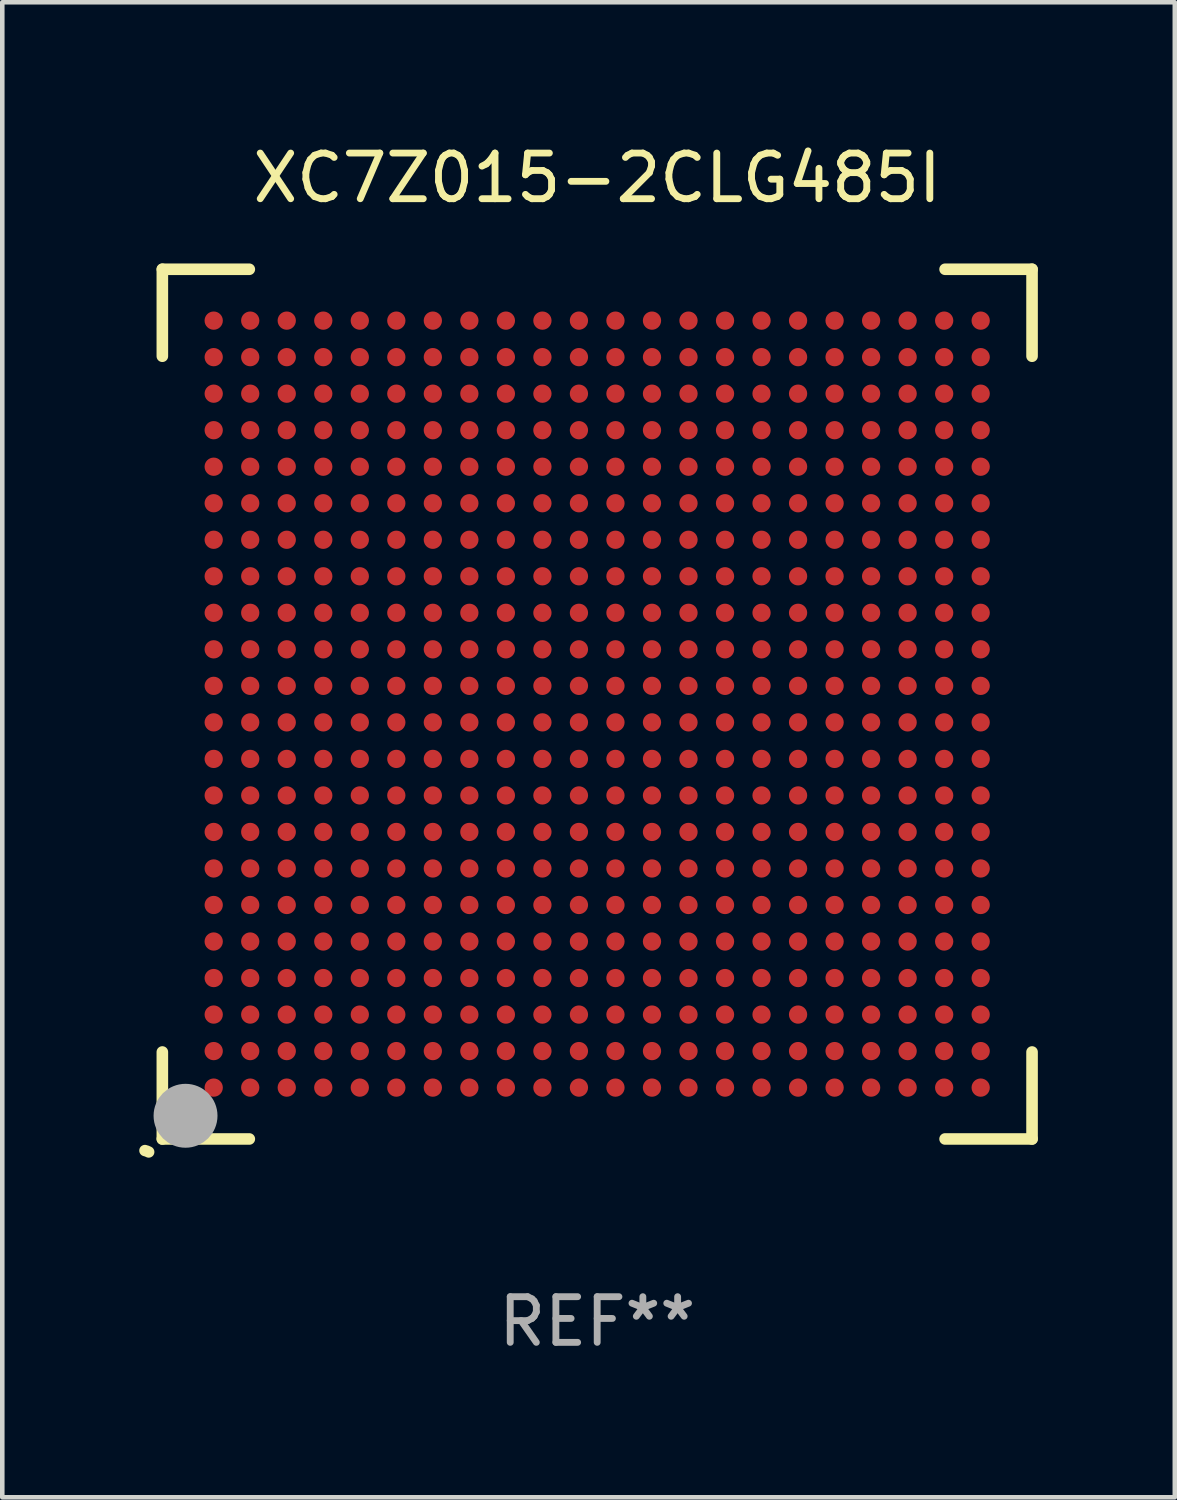
<source format=kicad_pcb>
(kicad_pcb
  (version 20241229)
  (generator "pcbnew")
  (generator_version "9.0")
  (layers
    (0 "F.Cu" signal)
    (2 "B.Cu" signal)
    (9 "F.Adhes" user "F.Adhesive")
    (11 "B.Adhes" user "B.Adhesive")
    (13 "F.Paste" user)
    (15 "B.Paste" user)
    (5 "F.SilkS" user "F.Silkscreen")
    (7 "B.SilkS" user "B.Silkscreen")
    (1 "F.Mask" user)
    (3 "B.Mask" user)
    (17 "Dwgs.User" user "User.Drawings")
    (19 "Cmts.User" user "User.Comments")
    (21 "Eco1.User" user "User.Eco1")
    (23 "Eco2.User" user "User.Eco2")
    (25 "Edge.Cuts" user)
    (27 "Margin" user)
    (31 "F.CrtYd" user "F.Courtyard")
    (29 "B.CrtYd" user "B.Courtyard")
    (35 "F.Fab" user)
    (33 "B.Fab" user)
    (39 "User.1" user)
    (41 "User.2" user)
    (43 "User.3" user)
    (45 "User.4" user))
  (footprint "XC7Z015-2CLG485I"
    (layer "F.Cu")
    (at 10.031 12.373)
    (property "Reference" "XC7Z015-2CLG485I" (at 0 -11.525 0) (layer "F.SilkS") (effects (font (size 1 1) (thickness 0.15))))
    (attr through_hole)
    (fp_line (start -9.525 -9.525) (end -7.62 -9.525) (stroke (width 0.254) (type solid)) (layer "F.SilkS"))
    (fp_line (start -9.525 -7.62) (end -9.525 -9.525) (stroke (width 0.254) (type solid)) (layer "F.SilkS"))
    (fp_line (start -9.525 9.525) (end -9.525 7.62) (stroke (width 0.254) (type solid)) (layer "F.SilkS"))
    (fp_line (start -7.62 9.525) (end -9.525 9.525) (stroke (width 0.254) (type solid)) (layer "F.SilkS"))
    (fp_line (start 7.62 -9.525) (end 9.525 -9.525) (stroke (width 0.254) (type solid)) (layer "F.SilkS"))
    (fp_line (start 9.525 -9.525) (end 9.525 -7.62) (stroke (width 0.254) (type solid)) (layer "F.SilkS"))
    (fp_line (start 9.525 7.62) (end 9.525 9.525) (stroke (width 0.254) (type solid)) (layer "F.SilkS"))
    (fp_line (start 9.525 9.525) (end 7.62 9.525) (stroke (width 0.254) (type solid)) (layer "F.SilkS"))
    (fp_arc (start -9.90602 9.778943) (mid -9.863917 9.791423) (end -9.823978 9.809677) (stroke (width 0.249936) (type solid)) (layer "F.SilkS"))
    (fp_circle (center -9.5 9.5) (end -9.47 9.5) (stroke (width 0.06) (type solid)) (fill no) (layer "F.SilkS"))
    (fp_circle (center -9.017 9.017) (end -8.667 9.017) (stroke (width 0.7) (type solid)) (fill no) (layer "F.Fab"))
    (fp_text user "REF**" (at 0 13.525 0) (layer "F.Fab") (effects (font (size 1 1) (thickness 0.15))))
    (pad "A1" smd circle (at -8.4 8.4) (size 0.4 0.4) (layers "F.Cu" "F.Mask" "F.Paste"))
    (pad "A2" smd circle (at -8.4 7.6) (size 0.4 0.4) (layers "F.Cu" "F.Mask" "F.Paste"))
    (pad "A3" smd circle (at -8.4 6.8) (size 0.4 0.4) (layers "F.Cu" "F.Mask" "F.Paste"))
    (pad "A4" smd circle (at -8.4 6) (size 0.4 0.4) (layers "F.Cu" "F.Mask" "F.Paste"))
    (pad "A5" smd circle (at -8.4 5.2) (size 0.4 0.4) (layers "F.Cu" "F.Mask" "F.Paste"))
    (pad "A6" smd circle (at -8.4 4.4) (size 0.4 0.4) (layers "F.Cu" "F.Mask" "F.Paste"))
    (pad "A7" smd circle (at -8.4 3.6) (size 0.4 0.4) (layers "F.Cu" "F.Mask" "F.Paste"))
    (pad "A8" smd circle (at -8.4 2.8) (size 0.4 0.4) (layers "F.Cu" "F.Mask" "F.Paste"))
    (pad "A9" smd circle (at -8.4 2) (size 0.4 0.4) (layers "F.Cu" "F.Mask" "F.Paste"))
    (pad "A10" smd circle (at -8.4 1.2) (size 0.4 0.4) (layers "F.Cu" "F.Mask" "F.Paste"))
    (pad "A11" smd circle (at -8.4 0.4) (size 0.4 0.4) (layers "F.Cu" "F.Mask" "F.Paste"))
    (pad "A12" smd circle (at -8.4 -0.4) (size 0.4 0.4) (layers "F.Cu" "F.Mask" "F.Paste"))
    (pad "A13" smd circle (at -8.4 -1.2) (size 0.4 0.4) (layers "F.Cu" "F.Mask" "F.Paste"))
    (pad "A14" smd circle (at -8.4 -2) (size 0.4 0.4) (layers "F.Cu" "F.Mask" "F.Paste"))
    (pad "A15" smd circle (at -8.4 -2.8) (size 0.4 0.4) (layers "F.Cu" "F.Mask" "F.Paste"))
    (pad "A16" smd circle (at -8.4 -3.6) (size 0.4 0.4) (layers "F.Cu" "F.Mask" "F.Paste"))
    (pad "A17" smd circle (at -8.4 -4.4) (size 0.4 0.4) (layers "F.Cu" "F.Mask" "F.Paste"))
    (pad "A18" smd circle (at -8.4 -5.2) (size 0.4 0.4) (layers "F.Cu" "F.Mask" "F.Paste"))
    (pad "A19" smd circle (at -8.4 -6) (size 0.4 0.4) (layers "F.Cu" "F.Mask" "F.Paste"))
    (pad "A20" smd circle (at -8.4 -6.8) (size 0.4 0.4) (layers "F.Cu" "F.Mask" "F.Paste"))
    (pad "A21" smd circle (at -8.4 -7.6) (size 0.4 0.4) (layers "F.Cu" "F.Mask" "F.Paste"))
    (pad "A22" smd circle (at -8.4 -8.4) (size 0.4 0.4) (layers "F.Cu" "F.Mask" "F.Paste"))
    (pad "AA1" smd circle (at 7.6 8.4) (size 0.4 0.4) (layers "F.Cu" "F.Mask" "F.Paste"))
    (pad "AA2" smd circle (at 7.6 7.6) (size 0.4 0.4) (layers "F.Cu" "F.Mask" "F.Paste"))
    (pad "AA3" smd circle (at 7.6 6.8) (size 0.4 0.4) (layers "F.Cu" "F.Mask" "F.Paste"))
    (pad "AA4" smd circle (at 7.6 6) (size 0.4 0.4) (layers "F.Cu" "F.Mask" "F.Paste"))
    (pad "AA5" smd circle (at 7.6 5.2) (size 0.4 0.4) (layers "F.Cu" "F.Mask" "F.Paste"))
    (pad "AA6" smd circle (at 7.6 4.4) (size 0.4 0.4) (layers "F.Cu" "F.Mask" "F.Paste"))
    (pad "AA7" smd circle (at 7.6 3.6) (size 0.4 0.4) (layers "F.Cu" "F.Mask" "F.Paste"))
    (pad "AA8" smd circle (at 7.6 2.8) (size 0.4 0.4) (layers "F.Cu" "F.Mask" "F.Paste"))
    (pad "AA9" smd circle (at 7.6 2) (size 0.4 0.4) (layers "F.Cu" "F.Mask" "F.Paste"))
    (pad "AA10" smd circle (at 7.6 1.2) (size 0.4 0.4) (layers "F.Cu" "F.Mask" "F.Paste"))
    (pad "AA11" smd circle (at 7.6 0.4) (size 0.4 0.4) (layers "F.Cu" "F.Mask" "F.Paste"))
    (pad "AA12" smd circle (at 7.6 -0.4) (size 0.4 0.4) (layers "F.Cu" "F.Mask" "F.Paste"))
    (pad "AA13" smd circle (at 7.6 -1.2) (size 0.4 0.4) (layers "F.Cu" "F.Mask" "F.Paste"))
    (pad "AA14" smd circle (at 7.6 -2) (size 0.4 0.4) (layers "F.Cu" "F.Mask" "F.Paste"))
    (pad "AA15" smd circle (at 7.6 -2.8) (size 0.4 0.4) (layers "F.Cu" "F.Mask" "F.Paste"))
    (pad "AA16" smd circle (at 7.6 -3.6) (size 0.4 0.4) (layers "F.Cu" "F.Mask" "F.Paste"))
    (pad "AA17" smd circle (at 7.6 -4.4) (size 0.4 0.4) (layers "F.Cu" "F.Mask" "F.Paste"))
    (pad "AA18" smd circle (at 7.6 -5.2) (size 0.4 0.4) (layers "F.Cu" "F.Mask" "F.Paste"))
    (pad "AA19" smd circle (at 7.6 -6) (size 0.4 0.4) (layers "F.Cu" "F.Mask" "F.Paste"))
    (pad "AA20" smd circle (at 7.6 -6.8) (size 0.4 0.4) (layers "F.Cu" "F.Mask" "F.Paste"))
    (pad "AA21" smd circle (at 7.6 -7.6) (size 0.4 0.4) (layers "F.Cu" "F.Mask" "F.Paste"))
    (pad "AA22" smd circle (at 7.6 -8.4) (size 0.4 0.4) (layers "F.Cu" "F.Mask" "F.Paste"))
    (pad "AB1" smd circle (at 8.4 8.4) (size 0.4 0.4) (layers "F.Cu" "F.Mask" "F.Paste"))
    (pad "AB2" smd circle (at 8.4 7.6) (size 0.4 0.4) (layers "F.Cu" "F.Mask" "F.Paste"))
    (pad "AB3" smd circle (at 8.4 6.8) (size 0.4 0.4) (layers "F.Cu" "F.Mask" "F.Paste"))
    (pad "AB4" smd circle (at 8.4 6) (size 0.4 0.4) (layers "F.Cu" "F.Mask" "F.Paste"))
    (pad "AB5" smd circle (at 8.4 5.2) (size 0.4 0.4) (layers "F.Cu" "F.Mask" "F.Paste"))
    (pad "AB6" smd circle (at 8.4 4.4) (size 0.4 0.4) (layers "F.Cu" "F.Mask" "F.Paste"))
    (pad "AB7" smd circle (at 8.4 3.6) (size 0.4 0.4) (layers "F.Cu" "F.Mask" "F.Paste"))
    (pad "AB8" smd circle (at 8.4 2.8) (size 0.4 0.4) (layers "F.Cu" "F.Mask" "F.Paste"))
    (pad "AB9" smd circle (at 8.4 2) (size 0.4 0.4) (layers "F.Cu" "F.Mask" "F.Paste"))
    (pad "AB10" smd circle (at 8.4 1.2) (size 0.4 0.4) (layers "F.Cu" "F.Mask" "F.Paste"))
    (pad "AB11" smd circle (at 8.4 0.4) (size 0.4 0.4) (layers "F.Cu" "F.Mask" "F.Paste"))
    (pad "AB12" smd circle (at 8.4 -0.4) (size 0.4 0.4) (layers "F.Cu" "F.Mask" "F.Paste"))
    (pad "AB13" smd circle (at 8.4 -1.2) (size 0.4 0.4) (layers "F.Cu" "F.Mask" "F.Paste"))
    (pad "AB14" smd circle (at 8.4 -2) (size 0.4 0.4) (layers "F.Cu" "F.Mask" "F.Paste"))
    (pad "AB15" smd circle (at 8.4 -2.8) (size 0.4 0.4) (layers "F.Cu" "F.Mask" "F.Paste"))
    (pad "AB16" smd circle (at 8.4 -3.6) (size 0.4 0.4) (layers "F.Cu" "F.Mask" "F.Paste"))
    (pad "AB17" smd circle (at 8.4 -4.4) (size 0.4 0.4) (layers "F.Cu" "F.Mask" "F.Paste"))
    (pad "AB18" smd circle (at 8.4 -5.2) (size 0.4 0.4) (layers "F.Cu" "F.Mask" "F.Paste"))
    (pad "AB19" smd circle (at 8.4 -6) (size 0.4 0.4) (layers "F.Cu" "F.Mask" "F.Paste"))
    (pad "AB20" smd circle (at 8.4 -6.8) (size 0.4 0.4) (layers "F.Cu" "F.Mask" "F.Paste"))
    (pad "AB21" smd circle (at 8.4 -7.6) (size 0.4 0.4) (layers "F.Cu" "F.Mask" "F.Paste"))
    (pad "AB22" smd circle (at 8.4 -8.4) (size 0.4 0.4) (layers "F.Cu" "F.Mask" "F.Paste"))
    (pad "B1" smd circle (at -7.6 8.4) (size 0.4 0.4) (layers "F.Cu" "F.Mask" "F.Paste"))
    (pad "B2" smd circle (at -7.6 7.6) (size 0.4 0.4) (layers "F.Cu" "F.Mask" "F.Paste"))
    (pad "B3" smd circle (at -7.6 6.8) (size 0.4 0.4) (layers "F.Cu" "F.Mask" "F.Paste"))
    (pad "B4" smd circle (at -7.6 6) (size 0.4 0.4) (layers "F.Cu" "F.Mask" "F.Paste"))
    (pad "B5" smd circle (at -7.6 5.2) (size 0.4 0.4) (layers "F.Cu" "F.Mask" "F.Paste"))
    (pad "B6" smd circle (at -7.6 4.4) (size 0.4 0.4) (layers "F.Cu" "F.Mask" "F.Paste"))
    (pad "B7" smd circle (at -7.6 3.6) (size 0.4 0.4) (layers "F.Cu" "F.Mask" "F.Paste"))
    (pad "B8" smd circle (at -7.6 2.8) (size 0.4 0.4) (layers "F.Cu" "F.Mask" "F.Paste"))
    (pad "B9" smd circle (at -7.6 2) (size 0.4 0.4) (layers "F.Cu" "F.Mask" "F.Paste"))
    (pad "B10" smd circle (at -7.6 1.2) (size 0.4 0.4) (layers "F.Cu" "F.Mask" "F.Paste"))
    (pad "B11" smd circle (at -7.6 0.4) (size 0.4 0.4) (layers "F.Cu" "F.Mask" "F.Paste"))
    (pad "B12" smd circle (at -7.6 -0.4) (size 0.4 0.4) (layers "F.Cu" "F.Mask" "F.Paste"))
    (pad "B13" smd circle (at -7.6 -1.2) (size 0.4 0.4) (layers "F.Cu" "F.Mask" "F.Paste"))
    (pad "B14" smd circle (at -7.6 -2) (size 0.4 0.4) (layers "F.Cu" "F.Mask" "F.Paste"))
    (pad "B15" smd circle (at -7.6 -2.8) (size 0.4 0.4) (layers "F.Cu" "F.Mask" "F.Paste"))
    (pad "B16" smd circle (at -7.6 -3.6) (size 0.4 0.4) (layers "F.Cu" "F.Mask" "F.Paste"))
    (pad "B17" smd circle (at -7.6 -4.4) (size 0.4 0.4) (layers "F.Cu" "F.Mask" "F.Paste"))
    (pad "B18" smd circle (at -7.6 -5.2) (size 0.4 0.4) (layers "F.Cu" "F.Mask" "F.Paste"))
    (pad "B19" smd circle (at -7.6 -6) (size 0.4 0.4) (layers "F.Cu" "F.Mask" "F.Paste"))
    (pad "B20" smd circle (at -7.6 -6.8) (size 0.4 0.4) (layers "F.Cu" "F.Mask" "F.Paste"))
    (pad "B21" smd circle (at -7.6 -7.6) (size 0.4 0.4) (layers "F.Cu" "F.Mask" "F.Paste"))
    (pad "B22" smd circle (at -7.6 -8.4) (size 0.4 0.4) (layers "F.Cu" "F.Mask" "F.Paste"))
    (pad "C1" smd circle (at -6.8 8.4) (size 0.4 0.4) (layers "F.Cu" "F.Mask" "F.Paste"))
    (pad "C2" smd circle (at -6.8 7.6) (size 0.4 0.4) (layers "F.Cu" "F.Mask" "F.Paste"))
    (pad "C3" smd circle (at -6.8 6.8) (size 0.4 0.4) (layers "F.Cu" "F.Mask" "F.Paste"))
    (pad "C4" smd circle (at -6.8 6) (size 0.4 0.4) (layers "F.Cu" "F.Mask" "F.Paste"))
    (pad "C5" smd circle (at -6.8 5.2) (size 0.4 0.4) (layers "F.Cu" "F.Mask" "F.Paste"))
    (pad "C6" smd circle (at -6.8 4.4) (size 0.4 0.4) (layers "F.Cu" "F.Mask" "F.Paste"))
    (pad "C7" smd circle (at -6.8 3.6) (size 0.4 0.4) (layers "F.Cu" "F.Mask" "F.Paste"))
    (pad "C8" smd circle (at -6.8 2.8) (size 0.4 0.4) (layers "F.Cu" "F.Mask" "F.Paste"))
    (pad "C9" smd circle (at -6.8 2) (size 0.4 0.4) (layers "F.Cu" "F.Mask" "F.Paste"))
    (pad "C10" smd circle (at -6.8 1.2) (size 0.4 0.4) (layers "F.Cu" "F.Mask" "F.Paste"))
    (pad "C11" smd circle (at -6.8 0.4) (size 0.4 0.4) (layers "F.Cu" "F.Mask" "F.Paste"))
    (pad "C12" smd circle (at -6.8 -0.4) (size 0.4 0.4) (layers "F.Cu" "F.Mask" "F.Paste"))
    (pad "C13" smd circle (at -6.8 -1.2) (size 0.4 0.4) (layers "F.Cu" "F.Mask" "F.Paste"))
    (pad "C14" smd circle (at -6.8 -2) (size 0.4 0.4) (layers "F.Cu" "F.Mask" "F.Paste"))
    (pad "C15" smd circle (at -6.8 -2.8) (size 0.4 0.4) (layers "F.Cu" "F.Mask" "F.Paste"))
    (pad "C16" smd circle (at -6.8 -3.6) (size 0.4 0.4) (layers "F.Cu" "F.Mask" "F.Paste"))
    (pad "C17" smd circle (at -6.8 -4.4) (size 0.4 0.4) (layers "F.Cu" "F.Mask" "F.Paste"))
    (pad "C18" smd circle (at -6.8 -5.2) (size 0.4 0.4) (layers "F.Cu" "F.Mask" "F.Paste"))
    (pad "C19" smd circle (at -6.8 -6) (size 0.4 0.4) (layers "F.Cu" "F.Mask" "F.Paste"))
    (pad "C20" smd circle (at -6.8 -6.8) (size 0.4 0.4) (layers "F.Cu" "F.Mask" "F.Paste"))
    (pad "C21" smd circle (at -6.8 -7.6) (size 0.4 0.4) (layers "F.Cu" "F.Mask" "F.Paste"))
    (pad "C22" smd circle (at -6.8 -8.4) (size 0.4 0.4) (layers "F.Cu" "F.Mask" "F.Paste"))
    (pad "D1" smd circle (at -6 8.4) (size 0.4 0.4) (layers "F.Cu" "F.Mask" "F.Paste"))
    (pad "D2" smd circle (at -6 7.6) (size 0.4 0.4) (layers "F.Cu" "F.Mask" "F.Paste"))
    (pad "D3" smd circle (at -6 6.8) (size 0.4 0.4) (layers "F.Cu" "F.Mask" "F.Paste"))
    (pad "D4" smd circle (at -6 6) (size 0.4 0.4) (layers "F.Cu" "F.Mask" "F.Paste"))
    (pad "D5" smd circle (at -6 5.2) (size 0.4 0.4) (layers "F.Cu" "F.Mask" "F.Paste"))
    (pad "D6" smd circle (at -6 4.4) (size 0.4 0.4) (layers "F.Cu" "F.Mask" "F.Paste"))
    (pad "D7" smd circle (at -6 3.6) (size 0.4 0.4) (layers "F.Cu" "F.Mask" "F.Paste"))
    (pad "D8" smd circle (at -6 2.8) (size 0.4 0.4) (layers "F.Cu" "F.Mask" "F.Paste"))
    (pad "D9" smd circle (at -6 2) (size 0.4 0.4) (layers "F.Cu" "F.Mask" "F.Paste"))
    (pad "D10" smd circle (at -6 1.2) (size 0.4 0.4) (layers "F.Cu" "F.Mask" "F.Paste"))
    (pad "D11" smd circle (at -6 0.4) (size 0.4 0.4) (layers "F.Cu" "F.Mask" "F.Paste"))
    (pad "D12" smd circle (at -6 -0.4) (size 0.4 0.4) (layers "F.Cu" "F.Mask" "F.Paste"))
    (pad "D13" smd circle (at -6 -1.2) (size 0.4 0.4) (layers "F.Cu" "F.Mask" "F.Paste"))
    (pad "D14" smd circle (at -6 -2) (size 0.4 0.4) (layers "F.Cu" "F.Mask" "F.Paste"))
    (pad "D15" smd circle (at -6 -2.8) (size 0.4 0.4) (layers "F.Cu" "F.Mask" "F.Paste"))
    (pad "D16" smd circle (at -6 -3.6) (size 0.4 0.4) (layers "F.Cu" "F.Mask" "F.Paste"))
    (pad "D17" smd circle (at -6 -4.4) (size 0.4 0.4) (layers "F.Cu" "F.Mask" "F.Paste"))
    (pad "D18" smd circle (at -6 -5.2) (size 0.4 0.4) (layers "F.Cu" "F.Mask" "F.Paste"))
    (pad "D19" smd circle (at -6 -6) (size 0.4 0.4) (layers "F.Cu" "F.Mask" "F.Paste"))
    (pad "D20" smd circle (at -6 -6.8) (size 0.4 0.4) (layers "F.Cu" "F.Mask" "F.Paste"))
    (pad "D21" smd circle (at -6 -7.6) (size 0.4 0.4) (layers "F.Cu" "F.Mask" "F.Paste"))
    (pad "D22" smd circle (at -6 -8.4) (size 0.4 0.4) (layers "F.Cu" "F.Mask" "F.Paste"))
    (pad "E1" smd circle (at -5.2 8.4) (size 0.4 0.4) (layers "F.Cu" "F.Mask" "F.Paste"))
    (pad "E2" smd circle (at -5.2 7.6) (size 0.4 0.4) (layers "F.Cu" "F.Mask" "F.Paste"))
    (pad "E3" smd circle (at -5.2 6.8) (size 0.4 0.4) (layers "F.Cu" "F.Mask" "F.Paste"))
    (pad "E4" smd circle (at -5.2 6) (size 0.4 0.4) (layers "F.Cu" "F.Mask" "F.Paste"))
    (pad "E5" smd circle (at -5.2 5.2) (size 0.4 0.4) (layers "F.Cu" "F.Mask" "F.Paste"))
    (pad "E6" smd circle (at -5.2 4.4) (size 0.4 0.4) (layers "F.Cu" "F.Mask" "F.Paste"))
    (pad "E7" smd circle (at -5.2 3.6) (size 0.4 0.4) (layers "F.Cu" "F.Mask" "F.Paste"))
    (pad "E8" smd circle (at -5.2 2.8) (size 0.4 0.4) (layers "F.Cu" "F.Mask" "F.Paste"))
    (pad "E9" smd circle (at -5.2 2) (size 0.4 0.4) (layers "F.Cu" "F.Mask" "F.Paste"))
    (pad "E10" smd circle (at -5.2 1.2) (size 0.4 0.4) (layers "F.Cu" "F.Mask" "F.Paste"))
    (pad "E11" smd circle (at -5.2 0.4) (size 0.4 0.4) (layers "F.Cu" "F.Mask" "F.Paste"))
    (pad "E12" smd circle (at -5.2 -0.4) (size 0.4 0.4) (layers "F.Cu" "F.Mask" "F.Paste"))
    (pad "E13" smd circle (at -5.2 -1.2) (size 0.4 0.4) (layers "F.Cu" "F.Mask" "F.Paste"))
    (pad "E14" smd circle (at -5.2 -2) (size 0.4 0.4) (layers "F.Cu" "F.Mask" "F.Paste"))
    (pad "E15" smd circle (at -5.2 -2.8) (size 0.4 0.4) (layers "F.Cu" "F.Mask" "F.Paste"))
    (pad "E16" smd circle (at -5.2 -3.6) (size 0.4 0.4) (layers "F.Cu" "F.Mask" "F.Paste"))
    (pad "E17" smd circle (at -5.2 -4.4) (size 0.4 0.4) (layers "F.Cu" "F.Mask" "F.Paste"))
    (pad "E18" smd circle (at -5.2 -5.2) (size 0.4 0.4) (layers "F.Cu" "F.Mask" "F.Paste"))
    (pad "E19" smd circle (at -5.2 -6) (size 0.4 0.4) (layers "F.Cu" "F.Mask" "F.Paste"))
    (pad "E20" smd circle (at -5.2 -6.8) (size 0.4 0.4) (layers "F.Cu" "F.Mask" "F.Paste"))
    (pad "E21" smd circle (at -5.2 -7.6) (size 0.4 0.4) (layers "F.Cu" "F.Mask" "F.Paste"))
    (pad "E22" smd circle (at -5.2 -8.4) (size 0.4 0.4) (layers "F.Cu" "F.Mask" "F.Paste"))
    (pad "F1" smd circle (at -4.4 8.4) (size 0.4 0.4) (layers "F.Cu" "F.Mask" "F.Paste"))
    (pad "F2" smd circle (at -4.4 7.6) (size 0.4 0.4) (layers "F.Cu" "F.Mask" "F.Paste"))
    (pad "F3" smd circle (at -4.4 6.8) (size 0.4 0.4) (layers "F.Cu" "F.Mask" "F.Paste"))
    (pad "F4" smd circle (at -4.4 6) (size 0.4 0.4) (layers "F.Cu" "F.Mask" "F.Paste"))
    (pad "F5" smd circle (at -4.4 5.2) (size 0.4 0.4) (layers "F.Cu" "F.Mask" "F.Paste"))
    (pad "F6" smd circle (at -4.4 4.4) (size 0.4 0.4) (layers "F.Cu" "F.Mask" "F.Paste"))
    (pad "F7" smd circle (at -4.4 3.6) (size 0.4 0.4) (layers "F.Cu" "F.Mask" "F.Paste"))
    (pad "F8" smd circle (at -4.4 2.8) (size 0.4 0.4) (layers "F.Cu" "F.Mask" "F.Paste"))
    (pad "F9" smd circle (at -4.4 2) (size 0.4 0.4) (layers "F.Cu" "F.Mask" "F.Paste"))
    (pad "F10" smd circle (at -4.4 1.2) (size 0.4 0.4) (layers "F.Cu" "F.Mask" "F.Paste"))
    (pad "F11" smd circle (at -4.4 0.4) (size 0.4 0.4) (layers "F.Cu" "F.Mask" "F.Paste"))
    (pad "F12" smd circle (at -4.4 -0.4) (size 0.4 0.4) (layers "F.Cu" "F.Mask" "F.Paste"))
    (pad "F13" smd circle (at -4.4 -1.2) (size 0.4 0.4) (layers "F.Cu" "F.Mask" "F.Paste"))
    (pad "F14" smd circle (at -4.4 -2) (size 0.4 0.4) (layers "F.Cu" "F.Mask" "F.Paste"))
    (pad "F15" smd circle (at -4.4 -2.8) (size 0.4 0.4) (layers "F.Cu" "F.Mask" "F.Paste"))
    (pad "F16" smd circle (at -4.4 -3.6) (size 0.4 0.4) (layers "F.Cu" "F.Mask" "F.Paste"))
    (pad "F17" smd circle (at -4.4 -4.4) (size 0.4 0.4) (layers "F.Cu" "F.Mask" "F.Paste"))
    (pad "F18" smd circle (at -4.4 -5.2) (size 0.4 0.4) (layers "F.Cu" "F.Mask" "F.Paste"))
    (pad "F19" smd circle (at -4.4 -6) (size 0.4 0.4) (layers "F.Cu" "F.Mask" "F.Paste"))
    (pad "F20" smd circle (at -4.4 -6.8) (size 0.4 0.4) (layers "F.Cu" "F.Mask" "F.Paste"))
    (pad "F21" smd circle (at -4.4 -7.6) (size 0.4 0.4) (layers "F.Cu" "F.Mask" "F.Paste"))
    (pad "F22" smd circle (at -4.4 -8.4) (size 0.4 0.4) (layers "F.Cu" "F.Mask" "F.Paste"))
    (pad "G1" smd circle (at -3.6 8.4) (size 0.4 0.4) (layers "F.Cu" "F.Mask" "F.Paste"))
    (pad "G2" smd circle (at -3.6 7.6) (size 0.4 0.4) (layers "F.Cu" "F.Mask" "F.Paste"))
    (pad "G3" smd circle (at -3.6 6.8) (size 0.4 0.4) (layers "F.Cu" "F.Mask" "F.Paste"))
    (pad "G4" smd circle (at -3.6 6) (size 0.4 0.4) (layers "F.Cu" "F.Mask" "F.Paste"))
    (pad "G5" smd circle (at -3.6 5.2) (size 0.4 0.4) (layers "F.Cu" "F.Mask" "F.Paste"))
    (pad "G6" smd circle (at -3.6 4.4) (size 0.4 0.4) (layers "F.Cu" "F.Mask" "F.Paste"))
    (pad "G7" smd circle (at -3.6 3.6) (size 0.4 0.4) (layers "F.Cu" "F.Mask" "F.Paste"))
    (pad "G8" smd circle (at -3.6 2.8) (size 0.4 0.4) (layers "F.Cu" "F.Mask" "F.Paste"))
    (pad "G9" smd circle (at -3.6 2) (size 0.4 0.4) (layers "F.Cu" "F.Mask" "F.Paste"))
    (pad "G10" smd circle (at -3.6 1.2) (size 0.4 0.4) (layers "F.Cu" "F.Mask" "F.Paste"))
    (pad "G11" smd circle (at -3.6 0.4) (size 0.4 0.4) (layers "F.Cu" "F.Mask" "F.Paste"))
    (pad "G12" smd circle (at -3.6 -0.4) (size 0.4 0.4) (layers "F.Cu" "F.Mask" "F.Paste"))
    (pad "G13" smd circle (at -3.6 -1.2) (size 0.4 0.4) (layers "F.Cu" "F.Mask" "F.Paste"))
    (pad "G14" smd circle (at -3.6 -2) (size 0.4 0.4) (layers "F.Cu" "F.Mask" "F.Paste"))
    (pad "G15" smd circle (at -3.6 -2.8) (size 0.4 0.4) (layers "F.Cu" "F.Mask" "F.Paste"))
    (pad "G16" smd circle (at -3.6 -3.6) (size 0.4 0.4) (layers "F.Cu" "F.Mask" "F.Paste"))
    (pad "G17" smd circle (at -3.6 -4.4) (size 0.4 0.4) (layers "F.Cu" "F.Mask" "F.Paste"))
    (pad "G18" smd circle (at -3.6 -5.2) (size 0.4 0.4) (layers "F.Cu" "F.Mask" "F.Paste"))
    (pad "G19" smd circle (at -3.6 -6) (size 0.4 0.4) (layers "F.Cu" "F.Mask" "F.Paste"))
    (pad "G20" smd circle (at -3.6 -6.8) (size 0.4 0.4) (layers "F.Cu" "F.Mask" "F.Paste"))
    (pad "G21" smd circle (at -3.6 -7.6) (size 0.4 0.4) (layers "F.Cu" "F.Mask" "F.Paste"))
    (pad "G22" smd circle (at -3.6 -8.4) (size 0.4 0.4) (layers "F.Cu" "F.Mask" "F.Paste"))
    (pad "H1" smd circle (at -2.8 8.4) (size 0.4 0.4) (layers "F.Cu" "F.Mask" "F.Paste"))
    (pad "H2" smd circle (at -2.8 7.6) (size 0.4 0.4) (layers "F.Cu" "F.Mask" "F.Paste"))
    (pad "H3" smd circle (at -2.8 6.8) (size 0.4 0.4) (layers "F.Cu" "F.Mask" "F.Paste"))
    (pad "H4" smd circle (at -2.8 6) (size 0.4 0.4) (layers "F.Cu" "F.Mask" "F.Paste"))
    (pad "H5" smd circle (at -2.8 5.2) (size 0.4 0.4) (layers "F.Cu" "F.Mask" "F.Paste"))
    (pad "H6" smd circle (at -2.8 4.4) (size 0.4 0.4) (layers "F.Cu" "F.Mask" "F.Paste"))
    (pad "H7" smd circle (at -2.8 3.6) (size 0.4 0.4) (layers "F.Cu" "F.Mask" "F.Paste"))
    (pad "H8" smd circle (at -2.8 2.8) (size 0.4 0.4) (layers "F.Cu" "F.Mask" "F.Paste"))
    (pad "H9" smd circle (at -2.8 2) (size 0.4 0.4) (layers "F.Cu" "F.Mask" "F.Paste"))
    (pad "H10" smd circle (at -2.8 1.2) (size 0.4 0.4) (layers "F.Cu" "F.Mask" "F.Paste"))
    (pad "H11" smd circle (at -2.8 0.4) (size 0.4 0.4) (layers "F.Cu" "F.Mask" "F.Paste"))
    (pad "H12" smd circle (at -2.8 -0.4) (size 0.4 0.4) (layers "F.Cu" "F.Mask" "F.Paste"))
    (pad "H13" smd circle (at -2.8 -1.2) (size 0.4 0.4) (layers "F.Cu" "F.Mask" "F.Paste"))
    (pad "H14" smd circle (at -2.8 -2) (size 0.4 0.4) (layers "F.Cu" "F.Mask" "F.Paste"))
    (pad "H15" smd circle (at -2.8 -2.8) (size 0.4 0.4) (layers "F.Cu" "F.Mask" "F.Paste"))
    (pad "H16" smd circle (at -2.8 -3.6) (size 0.4 0.4) (layers "F.Cu" "F.Mask" "F.Paste"))
    (pad "H17" smd circle (at -2.8 -4.4) (size 0.4 0.4) (layers "F.Cu" "F.Mask" "F.Paste"))
    (pad "H18" smd circle (at -2.8 -5.2) (size 0.4 0.4) (layers "F.Cu" "F.Mask" "F.Paste"))
    (pad "H19" smd circle (at -2.8 -6) (size 0.4 0.4) (layers "F.Cu" "F.Mask" "F.Paste"))
    (pad "H20" smd circle (at -2.8 -6.8) (size 0.4 0.4) (layers "F.Cu" "F.Mask" "F.Paste"))
    (pad "H21" smd circle (at -2.8 -7.6) (size 0.4 0.4) (layers "F.Cu" "F.Mask" "F.Paste"))
    (pad "H22" smd circle (at -2.8 -8.4) (size 0.4 0.4) (layers "F.Cu" "F.Mask" "F.Paste"))
    (pad "J1" smd circle (at -2 8.4) (size 0.4 0.4) (layers "F.Cu" "F.Mask" "F.Paste"))
    (pad "J2" smd circle (at -2 7.6) (size 0.4 0.4) (layers "F.Cu" "F.Mask" "F.Paste"))
    (pad "J3" smd circle (at -2 6.8) (size 0.4 0.4) (layers "F.Cu" "F.Mask" "F.Paste"))
    (pad "J4" smd circle (at -2 6) (size 0.4 0.4) (layers "F.Cu" "F.Mask" "F.Paste"))
    (pad "J5" smd circle (at -2 5.2) (size 0.4 0.4) (layers "F.Cu" "F.Mask" "F.Paste"))
    (pad "J6" smd circle (at -2 4.4) (size 0.4 0.4) (layers "F.Cu" "F.Mask" "F.Paste"))
    (pad "J7" smd circle (at -2 3.6) (size 0.4 0.4) (layers "F.Cu" "F.Mask" "F.Paste"))
    (pad "J8" smd circle (at -2 2.8) (size 0.4 0.4) (layers "F.Cu" "F.Mask" "F.Paste"))
    (pad "J9" smd circle (at -2 2) (size 0.4 0.4) (layers "F.Cu" "F.Mask" "F.Paste"))
    (pad "J10" smd circle (at -2 1.2) (size 0.4 0.4) (layers "F.Cu" "F.Mask" "F.Paste"))
    (pad "J11" smd circle (at -2 0.4) (size 0.4 0.4) (layers "F.Cu" "F.Mask" "F.Paste"))
    (pad "J12" smd circle (at -2 -0.4) (size 0.4 0.4) (layers "F.Cu" "F.Mask" "F.Paste"))
    (pad "J13" smd circle (at -2 -1.2) (size 0.4 0.4) (layers "F.Cu" "F.Mask" "F.Paste"))
    (pad "J14" smd circle (at -2 -2) (size 0.4 0.4) (layers "F.Cu" "F.Mask" "F.Paste"))
    (pad "J15" smd circle (at -2 -2.8) (size 0.4 0.4) (layers "F.Cu" "F.Mask" "F.Paste"))
    (pad "J16" smd circle (at -2 -3.6) (size 0.4 0.4) (layers "F.Cu" "F.Mask" "F.Paste"))
    (pad "J17" smd circle (at -2 -4.4) (size 0.4 0.4) (layers "F.Cu" "F.Mask" "F.Paste"))
    (pad "J18" smd circle (at -2 -5.2) (size 0.4 0.4) (layers "F.Cu" "F.Mask" "F.Paste"))
    (pad "J19" smd circle (at -2 -6) (size 0.4 0.4) (layers "F.Cu" "F.Mask" "F.Paste"))
    (pad "J20" smd circle (at -2 -6.8) (size 0.4 0.4) (layers "F.Cu" "F.Mask" "F.Paste"))
    (pad "J21" smd circle (at -2 -7.6) (size 0.4 0.4) (layers "F.Cu" "F.Mask" "F.Paste"))
    (pad "J22" smd circle (at -2 -8.4) (size 0.4 0.4) (layers "F.Cu" "F.Mask" "F.Paste"))
    (pad "K1" smd circle (at -1.2 8.4) (size 0.4 0.4) (layers "F.Cu" "F.Mask" "F.Paste"))
    (pad "K2" smd circle (at -1.2 7.6) (size 0.4 0.4) (layers "F.Cu" "F.Mask" "F.Paste"))
    (pad "K3" smd circle (at -1.2 6.8) (size 0.4 0.4) (layers "F.Cu" "F.Mask" "F.Paste"))
    (pad "K4" smd circle (at -1.2 6) (size 0.4 0.4) (layers "F.Cu" "F.Mask" "F.Paste"))
    (pad "K5" smd circle (at -1.2 5.2) (size 0.4 0.4) (layers "F.Cu" "F.Mask" "F.Paste"))
    (pad "K6" smd circle (at -1.2 4.4) (size 0.4 0.4) (layers "F.Cu" "F.Mask" "F.Paste"))
    (pad "K7" smd circle (at -1.2 3.6) (size 0.4 0.4) (layers "F.Cu" "F.Mask" "F.Paste"))
    (pad "K8" smd circle (at -1.2 2.8) (size 0.4 0.4) (layers "F.Cu" "F.Mask" "F.Paste"))
    (pad "K9" smd circle (at -1.2 2) (size 0.4 0.4) (layers "F.Cu" "F.Mask" "F.Paste"))
    (pad "K10" smd circle (at -1.2 1.2) (size 0.4 0.4) (layers "F.Cu" "F.Mask" "F.Paste"))
    (pad "K11" smd circle (at -1.2 0.4) (size 0.4 0.4) (layers "F.Cu" "F.Mask" "F.Paste"))
    (pad "K12" smd circle (at -1.2 -0.4) (size 0.4 0.4) (layers "F.Cu" "F.Mask" "F.Paste"))
    (pad "K13" smd circle (at -1.2 -1.2) (size 0.4 0.4) (layers "F.Cu" "F.Mask" "F.Paste"))
    (pad "K14" smd circle (at -1.2 -2) (size 0.4 0.4) (layers "F.Cu" "F.Mask" "F.Paste"))
    (pad "K15" smd circle (at -1.2 -2.8) (size 0.4 0.4) (layers "F.Cu" "F.Mask" "F.Paste"))
    (pad "K16" smd circle (at -1.2 -3.6) (size 0.4 0.4) (layers "F.Cu" "F.Mask" "F.Paste"))
    (pad "K17" smd circle (at -1.2 -4.4) (size 0.4 0.4) (layers "F.Cu" "F.Mask" "F.Paste"))
    (pad "K18" smd circle (at -1.2 -5.2) (size 0.4 0.4) (layers "F.Cu" "F.Mask" "F.Paste"))
    (pad "K19" smd circle (at -1.2 -6) (size 0.4 0.4) (layers "F.Cu" "F.Mask" "F.Paste"))
    (pad "K20" smd circle (at -1.2 -6.8) (size 0.4 0.4) (layers "F.Cu" "F.Mask" "F.Paste"))
    (pad "K21" smd circle (at -1.2 -7.6) (size 0.4 0.4) (layers "F.Cu" "F.Mask" "F.Paste"))
    (pad "K22" smd circle (at -1.2 -8.4) (size 0.4 0.4) (layers "F.Cu" "F.Mask" "F.Paste"))
    (pad "L1" smd circle (at -0.4 8.4) (size 0.4 0.4) (layers "F.Cu" "F.Mask" "F.Paste"))
    (pad "L2" smd circle (at -0.4 7.6) (size 0.4 0.4) (layers "F.Cu" "F.Mask" "F.Paste"))
    (pad "L3" smd circle (at -0.4 6.8) (size 0.4 0.4) (layers "F.Cu" "F.Mask" "F.Paste"))
    (pad "L4" smd circle (at -0.4 6) (size 0.4 0.4) (layers "F.Cu" "F.Mask" "F.Paste"))
    (pad "L5" smd circle (at -0.4 5.2) (size 0.4 0.4) (layers "F.Cu" "F.Mask" "F.Paste"))
    (pad "L6" smd circle (at -0.4 4.4) (size 0.4 0.4) (layers "F.Cu" "F.Mask" "F.Paste"))
    (pad "L7" smd circle (at -0.4 3.6) (size 0.4 0.4) (layers "F.Cu" "F.Mask" "F.Paste"))
    (pad "L8" smd circle (at -0.4 2.8) (size 0.4 0.4) (layers "F.Cu" "F.Mask" "F.Paste"))
    (pad "L9" smd circle (at -0.4 2) (size 0.4 0.4) (layers "F.Cu" "F.Mask" "F.Paste"))
    (pad "L10" smd circle (at -0.4 1.2) (size 0.4 0.4) (layers "F.Cu" "F.Mask" "F.Paste"))
    (pad "L11" smd circle (at -0.4 0.4) (size 0.4 0.4) (layers "F.Cu" "F.Mask" "F.Paste"))
    (pad "L12" smd circle (at -0.4 -0.4) (size 0.4 0.4) (layers "F.Cu" "F.Mask" "F.Paste"))
    (pad "L13" smd circle (at -0.4 -1.2) (size 0.4 0.4) (layers "F.Cu" "F.Mask" "F.Paste"))
    (pad "L14" smd circle (at -0.4 -2) (size 0.4 0.4) (layers "F.Cu" "F.Mask" "F.Paste"))
    (pad "L15" smd circle (at -0.4 -2.8) (size 0.4 0.4) (layers "F.Cu" "F.Mask" "F.Paste"))
    (pad "L16" smd circle (at -0.4 -3.6) (size 0.4 0.4) (layers "F.Cu" "F.Mask" "F.Paste"))
    (pad "L17" smd circle (at -0.4 -4.4) (size 0.4 0.4) (layers "F.Cu" "F.Mask" "F.Paste"))
    (pad "L18" smd circle (at -0.4 -5.2) (size 0.4 0.4) (layers "F.Cu" "F.Mask" "F.Paste"))
    (pad "L19" smd circle (at -0.4 -6) (size 0.4 0.4) (layers "F.Cu" "F.Mask" "F.Paste"))
    (pad "L20" smd circle (at -0.4 -6.8) (size 0.4 0.4) (layers "F.Cu" "F.Mask" "F.Paste"))
    (pad "L21" smd circle (at -0.4 -7.6) (size 0.4 0.4) (layers "F.Cu" "F.Mask" "F.Paste"))
    (pad "L22" smd circle (at -0.4 -8.4) (size 0.4 0.4) (layers "F.Cu" "F.Mask" "F.Paste"))
    (pad "M1" smd circle (at 0.4 8.4) (size 0.4 0.4) (layers "F.Cu" "F.Mask" "F.Paste"))
    (pad "M2" smd circle (at 0.4 7.6) (size 0.4 0.4) (layers "F.Cu" "F.Mask" "F.Paste"))
    (pad "M3" smd circle (at 0.4 6.8) (size 0.4 0.4) (layers "F.Cu" "F.Mask" "F.Paste"))
    (pad "M4" smd circle (at 0.4 6) (size 0.4 0.4) (layers "F.Cu" "F.Mask" "F.Paste"))
    (pad "M5" smd circle (at 0.4 5.2) (size 0.4 0.4) (layers "F.Cu" "F.Mask" "F.Paste"))
    (pad "M6" smd circle (at 0.4 4.4) (size 0.4 0.4) (layers "F.Cu" "F.Mask" "F.Paste"))
    (pad "M7" smd circle (at 0.4 3.6) (size 0.4 0.4) (layers "F.Cu" "F.Mask" "F.Paste"))
    (pad "M8" smd circle (at 0.4 2.8) (size 0.4 0.4) (layers "F.Cu" "F.Mask" "F.Paste"))
    (pad "M9" smd circle (at 0.4 2) (size 0.4 0.4) (layers "F.Cu" "F.Mask" "F.Paste"))
    (pad "M10" smd circle (at 0.4 1.2) (size 0.4 0.4) (layers "F.Cu" "F.Mask" "F.Paste"))
    (pad "M11" smd circle (at 0.4 0.4) (size 0.4 0.4) (layers "F.Cu" "F.Mask" "F.Paste"))
    (pad "M12" smd circle (at 0.4 -0.4) (size 0.4 0.4) (layers "F.Cu" "F.Mask" "F.Paste"))
    (pad "M13" smd circle (at 0.4 -1.2) (size 0.4 0.4) (layers "F.Cu" "F.Mask" "F.Paste"))
    (pad "M14" smd circle (at 0.4 -2) (size 0.4 0.4) (layers "F.Cu" "F.Mask" "F.Paste"))
    (pad "M15" smd circle (at 0.4 -2.8) (size 0.4 0.4) (layers "F.Cu" "F.Mask" "F.Paste"))
    (pad "M16" smd circle (at 0.4 -3.6) (size 0.4 0.4) (layers "F.Cu" "F.Mask" "F.Paste"))
    (pad "M17" smd circle (at 0.4 -4.4) (size 0.4 0.4) (layers "F.Cu" "F.Mask" "F.Paste"))
    (pad "M18" smd circle (at 0.4 -5.2) (size 0.4 0.4) (layers "F.Cu" "F.Mask" "F.Paste"))
    (pad "M19" smd circle (at 0.4 -6) (size 0.4 0.4) (layers "F.Cu" "F.Mask" "F.Paste"))
    (pad "M20" smd circle (at 0.4 -6.8) (size 0.4 0.4) (layers "F.Cu" "F.Mask" "F.Paste"))
    (pad "M21" smd circle (at 0.4 -7.6) (size 0.4 0.4) (layers "F.Cu" "F.Mask" "F.Paste"))
    (pad "M22" smd circle (at 0.4 -8.4) (size 0.4 0.4) (layers "F.Cu" "F.Mask" "F.Paste"))
    (pad "N1" smd circle (at 1.2 8.4) (size 0.4 0.4) (layers "F.Cu" "F.Mask" "F.Paste"))
    (pad "N2" smd circle (at 1.2 7.6) (size 0.4 0.4) (layers "F.Cu" "F.Mask" "F.Paste"))
    (pad "N3" smd circle (at 1.2 6.8) (size 0.4 0.4) (layers "F.Cu" "F.Mask" "F.Paste"))
    (pad "N4" smd circle (at 1.2 6) (size 0.4 0.4) (layers "F.Cu" "F.Mask" "F.Paste"))
    (pad "N5" smd circle (at 1.2 5.2) (size 0.4 0.4) (layers "F.Cu" "F.Mask" "F.Paste"))
    (pad "N6" smd circle (at 1.2 4.4) (size 0.4 0.4) (layers "F.Cu" "F.Mask" "F.Paste"))
    (pad "N7" smd circle (at 1.2 3.6) (size 0.4 0.4) (layers "F.Cu" "F.Mask" "F.Paste"))
    (pad "N8" smd circle (at 1.2 2.8) (size 0.4 0.4) (layers "F.Cu" "F.Mask" "F.Paste"))
    (pad "N9" smd circle (at 1.2 2) (size 0.4 0.4) (layers "F.Cu" "F.Mask" "F.Paste"))
    (pad "N10" smd circle (at 1.2 1.2) (size 0.4 0.4) (layers "F.Cu" "F.Mask" "F.Paste"))
    (pad "N11" smd circle (at 1.2 0.4) (size 0.4 0.4) (layers "F.Cu" "F.Mask" "F.Paste"))
    (pad "N12" smd circle (at 1.2 -0.4) (size 0.4 0.4) (layers "F.Cu" "F.Mask" "F.Paste"))
    (pad "N13" smd circle (at 1.2 -1.2) (size 0.4 0.4) (layers "F.Cu" "F.Mask" "F.Paste"))
    (pad "N14" smd circle (at 1.2 -2) (size 0.4 0.4) (layers "F.Cu" "F.Mask" "F.Paste"))
    (pad "N15" smd circle (at 1.2 -2.8) (size 0.4 0.4) (layers "F.Cu" "F.Mask" "F.Paste"))
    (pad "N16" smd circle (at 1.2 -3.6) (size 0.4 0.4) (layers "F.Cu" "F.Mask" "F.Paste"))
    (pad "N17" smd circle (at 1.2 -4.4) (size 0.4 0.4) (layers "F.Cu" "F.Mask" "F.Paste"))
    (pad "N18" smd circle (at 1.2 -5.2) (size 0.4 0.4) (layers "F.Cu" "F.Mask" "F.Paste"))
    (pad "N19" smd circle (at 1.2 -6) (size 0.4 0.4) (layers "F.Cu" "F.Mask" "F.Paste"))
    (pad "N20" smd circle (at 1.2 -6.8) (size 0.4 0.4) (layers "F.Cu" "F.Mask" "F.Paste"))
    (pad "N21" smd circle (at 1.2 -7.6) (size 0.4 0.4) (layers "F.Cu" "F.Mask" "F.Paste"))
    (pad "N22" smd circle (at 1.2 -8.4) (size 0.4 0.4) (layers "F.Cu" "F.Mask" "F.Paste"))
    (pad "P1" smd circle (at 2 8.4) (size 0.4 0.4) (layers "F.Cu" "F.Mask" "F.Paste"))
    (pad "P2" smd circle (at 2 7.6) (size 0.4 0.4) (layers "F.Cu" "F.Mask" "F.Paste"))
    (pad "P3" smd circle (at 2 6.8) (size 0.4 0.4) (layers "F.Cu" "F.Mask" "F.Paste"))
    (pad "P4" smd circle (at 2 6) (size 0.4 0.4) (layers "F.Cu" "F.Mask" "F.Paste"))
    (pad "P5" smd circle (at 2 5.2) (size 0.4 0.4) (layers "F.Cu" "F.Mask" "F.Paste"))
    (pad "P6" smd circle (at 2 4.4) (size 0.4 0.4) (layers "F.Cu" "F.Mask" "F.Paste"))
    (pad "P7" smd circle (at 2 3.6) (size 0.4 0.4) (layers "F.Cu" "F.Mask" "F.Paste"))
    (pad "P8" smd circle (at 2 2.8) (size 0.4 0.4) (layers "F.Cu" "F.Mask" "F.Paste"))
    (pad "P9" smd circle (at 2 2) (size 0.4 0.4) (layers "F.Cu" "F.Mask" "F.Paste"))
    (pad "P10" smd circle (at 2 1.2) (size 0.4 0.4) (layers "F.Cu" "F.Mask" "F.Paste"))
    (pad "P11" smd circle (at 2 0.4) (size 0.4 0.4) (layers "F.Cu" "F.Mask" "F.Paste"))
    (pad "P12" smd circle (at 2 -0.4) (size 0.4 0.4) (layers "F.Cu" "F.Mask" "F.Paste"))
    (pad "P13" smd circle (at 2 -1.2) (size 0.4 0.4) (layers "F.Cu" "F.Mask" "F.Paste"))
    (pad "P14" smd circle (at 2 -2) (size 0.4 0.4) (layers "F.Cu" "F.Mask" "F.Paste"))
    (pad "P15" smd circle (at 2 -2.8) (size 0.4 0.4) (layers "F.Cu" "F.Mask" "F.Paste"))
    (pad "P16" smd circle (at 2 -3.6) (size 0.4 0.4) (layers "F.Cu" "F.Mask" "F.Paste"))
    (pad "P17" smd circle (at 2 -4.4) (size 0.4 0.4) (layers "F.Cu" "F.Mask" "F.Paste"))
    (pad "P18" smd circle (at 2 -5.2) (size 0.4 0.4) (layers "F.Cu" "F.Mask" "F.Paste"))
    (pad "P19" smd circle (at 2 -6) (size 0.4 0.4) (layers "F.Cu" "F.Mask" "F.Paste"))
    (pad "P20" smd circle (at 2 -6.8) (size 0.4 0.4) (layers "F.Cu" "F.Mask" "F.Paste"))
    (pad "P21" smd circle (at 2 -7.6) (size 0.4 0.4) (layers "F.Cu" "F.Mask" "F.Paste"))
    (pad "P22" smd circle (at 2 -8.4) (size 0.4 0.4) (layers "F.Cu" "F.Mask" "F.Paste"))
    (pad "R1" smd circle (at 2.8 8.4) (size 0.4 0.4) (layers "F.Cu" "F.Mask" "F.Paste"))
    (pad "R2" smd circle (at 2.8 7.6) (size 0.4 0.4) (layers "F.Cu" "F.Mask" "F.Paste"))
    (pad "R3" smd circle (at 2.8 6.8) (size 0.4 0.4) (layers "F.Cu" "F.Mask" "F.Paste"))
    (pad "R4" smd circle (at 2.8 6) (size 0.4 0.4) (layers "F.Cu" "F.Mask" "F.Paste"))
    (pad "R5" smd circle (at 2.8 5.2) (size 0.4 0.4) (layers "F.Cu" "F.Mask" "F.Paste"))
    (pad "R6" smd circle (at 2.8 4.4) (size 0.4 0.4) (layers "F.Cu" "F.Mask" "F.Paste"))
    (pad "R7" smd circle (at 2.8 3.6) (size 0.4 0.4) (layers "F.Cu" "F.Mask" "F.Paste"))
    (pad "R8" smd circle (at 2.8 2.8) (size 0.4 0.4) (layers "F.Cu" "F.Mask" "F.Paste"))
    (pad "R9" smd circle (at 2.8 2) (size 0.4 0.4) (layers "F.Cu" "F.Mask" "F.Paste"))
    (pad "R10" smd circle (at 2.8 1.2) (size 0.4 0.4) (layers "F.Cu" "F.Mask" "F.Paste"))
    (pad "R11" smd circle (at 2.8 0.4) (size 0.4 0.4) (layers "F.Cu" "F.Mask" "F.Paste"))
    (pad "R12" smd circle (at 2.8 -0.4) (size 0.4 0.4) (layers "F.Cu" "F.Mask" "F.Paste"))
    (pad "R13" smd circle (at 2.8 -1.2) (size 0.4 0.4) (layers "F.Cu" "F.Mask" "F.Paste"))
    (pad "R14" smd circle (at 2.8 -2) (size 0.4 0.4) (layers "F.Cu" "F.Mask" "F.Paste"))
    (pad "R15" smd circle (at 2.8 -2.8) (size 0.4 0.4) (layers "F.Cu" "F.Mask" "F.Paste"))
    (pad "R16" smd circle (at 2.8 -3.6) (size 0.4 0.4) (layers "F.Cu" "F.Mask" "F.Paste"))
    (pad "R17" smd circle (at 2.8 -4.4) (size 0.4 0.4) (layers "F.Cu" "F.Mask" "F.Paste"))
    (pad "R18" smd circle (at 2.8 -5.2) (size 0.4 0.4) (layers "F.Cu" "F.Mask" "F.Paste"))
    (pad "R19" smd circle (at 2.8 -6) (size 0.4 0.4) (layers "F.Cu" "F.Mask" "F.Paste"))
    (pad "R20" smd circle (at 2.8 -6.8) (size 0.4 0.4) (layers "F.Cu" "F.Mask" "F.Paste"))
    (pad "R21" smd circle (at 2.8 -7.6) (size 0.4 0.4) (layers "F.Cu" "F.Mask" "F.Paste"))
    (pad "R22" smd circle (at 2.8 -8.4) (size 0.4 0.4) (layers "F.Cu" "F.Mask" "F.Paste"))
    (pad "T1" smd circle (at 3.6 8.4) (size 0.4 0.4) (layers "F.Cu" "F.Mask" "F.Paste"))
    (pad "T2" smd circle (at 3.6 7.6) (size 0.4 0.4) (layers "F.Cu" "F.Mask" "F.Paste"))
    (pad "T3" smd circle (at 3.6 6.8) (size 0.4 0.4) (layers "F.Cu" "F.Mask" "F.Paste"))
    (pad "T4" smd circle (at 3.6 6) (size 0.4 0.4) (layers "F.Cu" "F.Mask" "F.Paste"))
    (pad "T5" smd circle (at 3.6 5.2) (size 0.4 0.4) (layers "F.Cu" "F.Mask" "F.Paste"))
    (pad "T6" smd circle (at 3.6 4.4) (size 0.4 0.4) (layers "F.Cu" "F.Mask" "F.Paste"))
    (pad "T7" smd circle (at 3.6 3.6) (size 0.4 0.4) (layers "F.Cu" "F.Mask" "F.Paste"))
    (pad "T8" smd circle (at 3.6 2.8) (size 0.4 0.4) (layers "F.Cu" "F.Mask" "F.Paste"))
    (pad "T9" smd circle (at 3.6 2) (size 0.4 0.4) (layers "F.Cu" "F.Mask" "F.Paste"))
    (pad "T10" smd circle (at 3.6 1.2) (size 0.4 0.4) (layers "F.Cu" "F.Mask" "F.Paste"))
    (pad "T11" smd circle (at 3.6 0.4) (size 0.4 0.4) (layers "F.Cu" "F.Mask" "F.Paste"))
    (pad "T12" smd circle (at 3.6 -0.4) (size 0.4 0.4) (layers "F.Cu" "F.Mask" "F.Paste"))
    (pad "T13" smd circle (at 3.6 -1.2) (size 0.4 0.4) (layers "F.Cu" "F.Mask" "F.Paste"))
    (pad "T14" smd circle (at 3.6 -2) (size 0.4 0.4) (layers "F.Cu" "F.Mask" "F.Paste"))
    (pad "T15" smd circle (at 3.6 -2.8) (size 0.4 0.4) (layers "F.Cu" "F.Mask" "F.Paste"))
    (pad "T16" smd circle (at 3.6 -3.6) (size 0.4 0.4) (layers "F.Cu" "F.Mask" "F.Paste"))
    (pad "T17" smd circle (at 3.6 -4.4) (size 0.4 0.4) (layers "F.Cu" "F.Mask" "F.Paste"))
    (pad "T18" smd circle (at 3.6 -5.2) (size 0.4 0.4) (layers "F.Cu" "F.Mask" "F.Paste"))
    (pad "T19" smd circle (at 3.6 -6) (size 0.4 0.4) (layers "F.Cu" "F.Mask" "F.Paste"))
    (pad "T20" smd circle (at 3.6 -6.8) (size 0.4 0.4) (layers "F.Cu" "F.Mask" "F.Paste"))
    (pad "T21" smd circle (at 3.6 -7.6) (size 0.4 0.4) (layers "F.Cu" "F.Mask" "F.Paste"))
    (pad "T22" smd circle (at 3.6 -8.4) (size 0.4 0.4) (layers "F.Cu" "F.Mask" "F.Paste"))
    (pad "U1" smd circle (at 4.4 8.4) (size 0.4 0.4) (layers "F.Cu" "F.Mask" "F.Paste"))
    (pad "U2" smd circle (at 4.4 7.6) (size 0.4 0.4) (layers "F.Cu" "F.Mask" "F.Paste"))
    (pad "U3" smd circle (at 4.4 6.8) (size 0.4 0.4) (layers "F.Cu" "F.Mask" "F.Paste"))
    (pad "U4" smd circle (at 4.4 6) (size 0.4 0.4) (layers "F.Cu" "F.Mask" "F.Paste"))
    (pad "U5" smd circle (at 4.4 5.2) (size 0.4 0.4) (layers "F.Cu" "F.Mask" "F.Paste"))
    (pad "U6" smd circle (at 4.4 4.4) (size 0.4 0.4) (layers "F.Cu" "F.Mask" "F.Paste"))
    (pad "U7" smd circle (at 4.4 3.6) (size 0.4 0.4) (layers "F.Cu" "F.Mask" "F.Paste"))
    (pad "U8" smd circle (at 4.4 2.8) (size 0.4 0.4) (layers "F.Cu" "F.Mask" "F.Paste"))
    (pad "U9" smd circle (at 4.4 2) (size 0.4 0.4) (layers "F.Cu" "F.Mask" "F.Paste"))
    (pad "U10" smd circle (at 4.4 1.2) (size 0.4 0.4) (layers "F.Cu" "F.Mask" "F.Paste"))
    (pad "U11" smd circle (at 4.4 0.4) (size 0.4 0.4) (layers "F.Cu" "F.Mask" "F.Paste"))
    (pad "U12" smd circle (at 4.4 -0.4) (size 0.4 0.4) (layers "F.Cu" "F.Mask" "F.Paste"))
    (pad "U13" smd circle (at 4.4 -1.2) (size 0.4 0.4) (layers "F.Cu" "F.Mask" "F.Paste"))
    (pad "U14" smd circle (at 4.4 -2) (size 0.4 0.4) (layers "F.Cu" "F.Mask" "F.Paste"))
    (pad "U15" smd circle (at 4.4 -2.8) (size 0.4 0.4) (layers "F.Cu" "F.Mask" "F.Paste"))
    (pad "U16" smd circle (at 4.4 -3.6) (size 0.4 0.4) (layers "F.Cu" "F.Mask" "F.Paste"))
    (pad "U17" smd circle (at 4.4 -4.4) (size 0.4 0.4) (layers "F.Cu" "F.Mask" "F.Paste"))
    (pad "U18" smd circle (at 4.4 -5.2) (size 0.4 0.4) (layers "F.Cu" "F.Mask" "F.Paste"))
    (pad "U19" smd circle (at 4.4 -6) (size 0.4 0.4) (layers "F.Cu" "F.Mask" "F.Paste"))
    (pad "U20" smd circle (at 4.4 -6.8) (size 0.4 0.4) (layers "F.Cu" "F.Mask" "F.Paste"))
    (pad "U21" smd circle (at 4.4 -7.6) (size 0.4 0.4) (layers "F.Cu" "F.Mask" "F.Paste"))
    (pad "U22" smd circle (at 4.4 -8.4) (size 0.4 0.4) (layers "F.Cu" "F.Mask" "F.Paste"))
    (pad "V1" smd circle (at 5.2 8.4) (size 0.4 0.4) (layers "F.Cu" "F.Mask" "F.Paste"))
    (pad "V2" smd circle (at 5.2 7.6) (size 0.4 0.4) (layers "F.Cu" "F.Mask" "F.Paste"))
    (pad "V3" smd circle (at 5.2 6.8) (size 0.4 0.4) (layers "F.Cu" "F.Mask" "F.Paste"))
    (pad "V4" smd circle (at 5.2 6) (size 0.4 0.4) (layers "F.Cu" "F.Mask" "F.Paste"))
    (pad "V5" smd circle (at 5.2 5.2) (size 0.4 0.4) (layers "F.Cu" "F.Mask" "F.Paste"))
    (pad "V6" smd circle (at 5.2 4.4) (size 0.4 0.4) (layers "F.Cu" "F.Mask" "F.Paste"))
    (pad "V7" smd circle (at 5.2 3.6) (size 0.4 0.4) (layers "F.Cu" "F.Mask" "F.Paste"))
    (pad "V8" smd circle (at 5.2 2.8) (size 0.4 0.4) (layers "F.Cu" "F.Mask" "F.Paste"))
    (pad "V9" smd circle (at 5.2 2) (size 0.4 0.4) (layers "F.Cu" "F.Mask" "F.Paste"))
    (pad "V10" smd circle (at 5.2 1.2) (size 0.4 0.4) (layers "F.Cu" "F.Mask" "F.Paste"))
    (pad "V11" smd circle (at 5.2 0.4) (size 0.4 0.4) (layers "F.Cu" "F.Mask" "F.Paste"))
    (pad "V12" smd circle (at 5.2 -0.4) (size 0.4 0.4) (layers "F.Cu" "F.Mask" "F.Paste"))
    (pad "V13" smd circle (at 5.2 -1.2) (size 0.4 0.4) (layers "F.Cu" "F.Mask" "F.Paste"))
    (pad "V14" smd circle (at 5.2 -2) (size 0.4 0.4) (layers "F.Cu" "F.Mask" "F.Paste"))
    (pad "V15" smd circle (at 5.2 -2.8) (size 0.4 0.4) (layers "F.Cu" "F.Mask" "F.Paste"))
    (pad "V16" smd circle (at 5.2 -3.6) (size 0.4 0.4) (layers "F.Cu" "F.Mask" "F.Paste"))
    (pad "V17" smd circle (at 5.2 -4.4) (size 0.4 0.4) (layers "F.Cu" "F.Mask" "F.Paste"))
    (pad "V18" smd circle (at 5.2 -5.2) (size 0.4 0.4) (layers "F.Cu" "F.Mask" "F.Paste"))
    (pad "V19" smd circle (at 5.2 -6) (size 0.4 0.4) (layers "F.Cu" "F.Mask" "F.Paste"))
    (pad "V20" smd circle (at 5.2 -6.8) (size 0.4 0.4) (layers "F.Cu" "F.Mask" "F.Paste"))
    (pad "V21" smd circle (at 5.2 -7.6) (size 0.4 0.4) (layers "F.Cu" "F.Mask" "F.Paste"))
    (pad "V22" smd circle (at 5.2 -8.4) (size 0.4 0.4) (layers "F.Cu" "F.Mask" "F.Paste"))
    (pad "W1" smd circle (at 6 8.4) (size 0.4 0.4) (layers "F.Cu" "F.Mask" "F.Paste"))
    (pad "W2" smd circle (at 6 7.6) (size 0.4 0.4) (layers "F.Cu" "F.Mask" "F.Paste"))
    (pad "W3" smd circle (at 6 6.8) (size 0.4 0.4) (layers "F.Cu" "F.Mask" "F.Paste"))
    (pad "W4" smd circle (at 6 6) (size 0.4 0.4) (layers "F.Cu" "F.Mask" "F.Paste"))
    (pad "W5" smd circle (at 6 5.2) (size 0.4 0.4) (layers "F.Cu" "F.Mask" "F.Paste"))
    (pad "W6" smd circle (at 6 4.4) (size 0.4 0.4) (layers "F.Cu" "F.Mask" "F.Paste"))
    (pad "W7" smd circle (at 6 3.6) (size 0.4 0.4) (layers "F.Cu" "F.Mask" "F.Paste"))
    (pad "W8" smd circle (at 6 2.8) (size 0.4 0.4) (layers "F.Cu" "F.Mask" "F.Paste"))
    (pad "W9" smd circle (at 6 2) (size 0.4 0.4) (layers "F.Cu" "F.Mask" "F.Paste"))
    (pad "W10" smd circle (at 6 1.2) (size 0.4 0.4) (layers "F.Cu" "F.Mask" "F.Paste"))
    (pad "W11" smd circle (at 6 0.4) (size 0.4 0.4) (layers "F.Cu" "F.Mask" "F.Paste"))
    (pad "W12" smd circle (at 6 -0.4) (size 0.4 0.4) (layers "F.Cu" "F.Mask" "F.Paste"))
    (pad "W13" smd circle (at 6 -1.2) (size 0.4 0.4) (layers "F.Cu" "F.Mask" "F.Paste"))
    (pad "W14" smd circle (at 6 -2) (size 0.4 0.4) (layers "F.Cu" "F.Mask" "F.Paste"))
    (pad "W15" smd circle (at 6 -2.8) (size 0.4 0.4) (layers "F.Cu" "F.Mask" "F.Paste"))
    (pad "W16" smd circle (at 6 -3.6) (size 0.4 0.4) (layers "F.Cu" "F.Mask" "F.Paste"))
    (pad "W17" smd circle (at 6 -4.4) (size 0.4 0.4) (layers "F.Cu" "F.Mask" "F.Paste"))
    (pad "W18" smd circle (at 6 -5.2) (size 0.4 0.4) (layers "F.Cu" "F.Mask" "F.Paste"))
    (pad "W19" smd circle (at 6 -6) (size 0.4 0.4) (layers "F.Cu" "F.Mask" "F.Paste"))
    (pad "W20" smd circle (at 6 -6.8) (size 0.4 0.4) (layers "F.Cu" "F.Mask" "F.Paste"))
    (pad "W21" smd circle (at 6 -7.6) (size 0.4 0.4) (layers "F.Cu" "F.Mask" "F.Paste"))
    (pad "W22" smd circle (at 6 -8.4) (size 0.4 0.4) (layers "F.Cu" "F.Mask" "F.Paste"))
    (pad "Y1" smd circle (at 6.8 8.4) (size 0.4 0.4) (layers "F.Cu" "F.Mask" "F.Paste"))
    (pad "Y2" smd circle (at 6.8 7.6) (size 0.4 0.4) (layers "F.Cu" "F.Mask" "F.Paste"))
    (pad "Y3" smd circle (at 6.8 6.8) (size 0.4 0.4) (layers "F.Cu" "F.Mask" "F.Paste"))
    (pad "Y4" smd circle (at 6.8 6) (size 0.4 0.4) (layers "F.Cu" "F.Mask" "F.Paste"))
    (pad "Y5" smd circle (at 6.8 5.2) (size 0.4 0.4) (layers "F.Cu" "F.Mask" "F.Paste"))
    (pad "Y6" smd circle (at 6.8 4.4) (size 0.4 0.4) (layers "F.Cu" "F.Mask" "F.Paste"))
    (pad "Y7" smd circle (at 6.8 3.6) (size 0.4 0.4) (layers "F.Cu" "F.Mask" "F.Paste"))
    (pad "Y8" smd circle (at 6.8 2.8) (size 0.4 0.4) (layers "F.Cu" "F.Mask" "F.Paste"))
    (pad "Y9" smd circle (at 6.8 2) (size 0.4 0.4) (layers "F.Cu" "F.Mask" "F.Paste"))
    (pad "Y10" smd circle (at 6.8 1.2) (size 0.4 0.4) (layers "F.Cu" "F.Mask" "F.Paste"))
    (pad "Y11" smd circle (at 6.8 0.4) (size 0.4 0.4) (layers "F.Cu" "F.Mask" "F.Paste"))
    (pad "Y12" smd circle (at 6.8 -0.4) (size 0.4 0.4) (layers "F.Cu" "F.Mask" "F.Paste"))
    (pad "Y13" smd circle (at 6.8 -1.2) (size 0.4 0.4) (layers "F.Cu" "F.Mask" "F.Paste"))
    (pad "Y14" smd circle (at 6.8 -2) (size 0.4 0.4) (layers "F.Cu" "F.Mask" "F.Paste"))
    (pad "Y15" smd circle (at 6.8 -2.8) (size 0.4 0.4) (layers "F.Cu" "F.Mask" "F.Paste"))
    (pad "Y16" smd circle (at 6.8 -3.6) (size 0.4 0.4) (layers "F.Cu" "F.Mask" "F.Paste"))
    (pad "Y17" smd circle (at 6.8 -4.4) (size 0.4 0.4) (layers "F.Cu" "F.Mask" "F.Paste"))
    (pad "Y18" smd circle (at 6.8 -5.2) (size 0.4 0.4) (layers "F.Cu" "F.Mask" "F.Paste"))
    (pad "Y19" smd circle (at 6.8 -6) (size 0.4 0.4) (layers "F.Cu" "F.Mask" "F.Paste"))
    (pad "Y20" smd circle (at 6.8 -6.8) (size 0.4 0.4) (layers "F.Cu" "F.Mask" "F.Paste"))
    (pad "Y21" smd circle (at 6.8 -7.6) (size 0.4 0.4) (layers "F.Cu" "F.Mask" "F.Paste"))
    (pad "Y22" smd circle (at 6.8 -8.4) (size 0.4 0.4) (layers "F.Cu" "F.Mask" "F.Paste")))
  (gr_rect
    (start -3 -3)
    (end 22.683 29.747)
    (stroke (width 0.1) (type default))
    (fill no)
    (layer "Edge.Cuts")))
</source>
